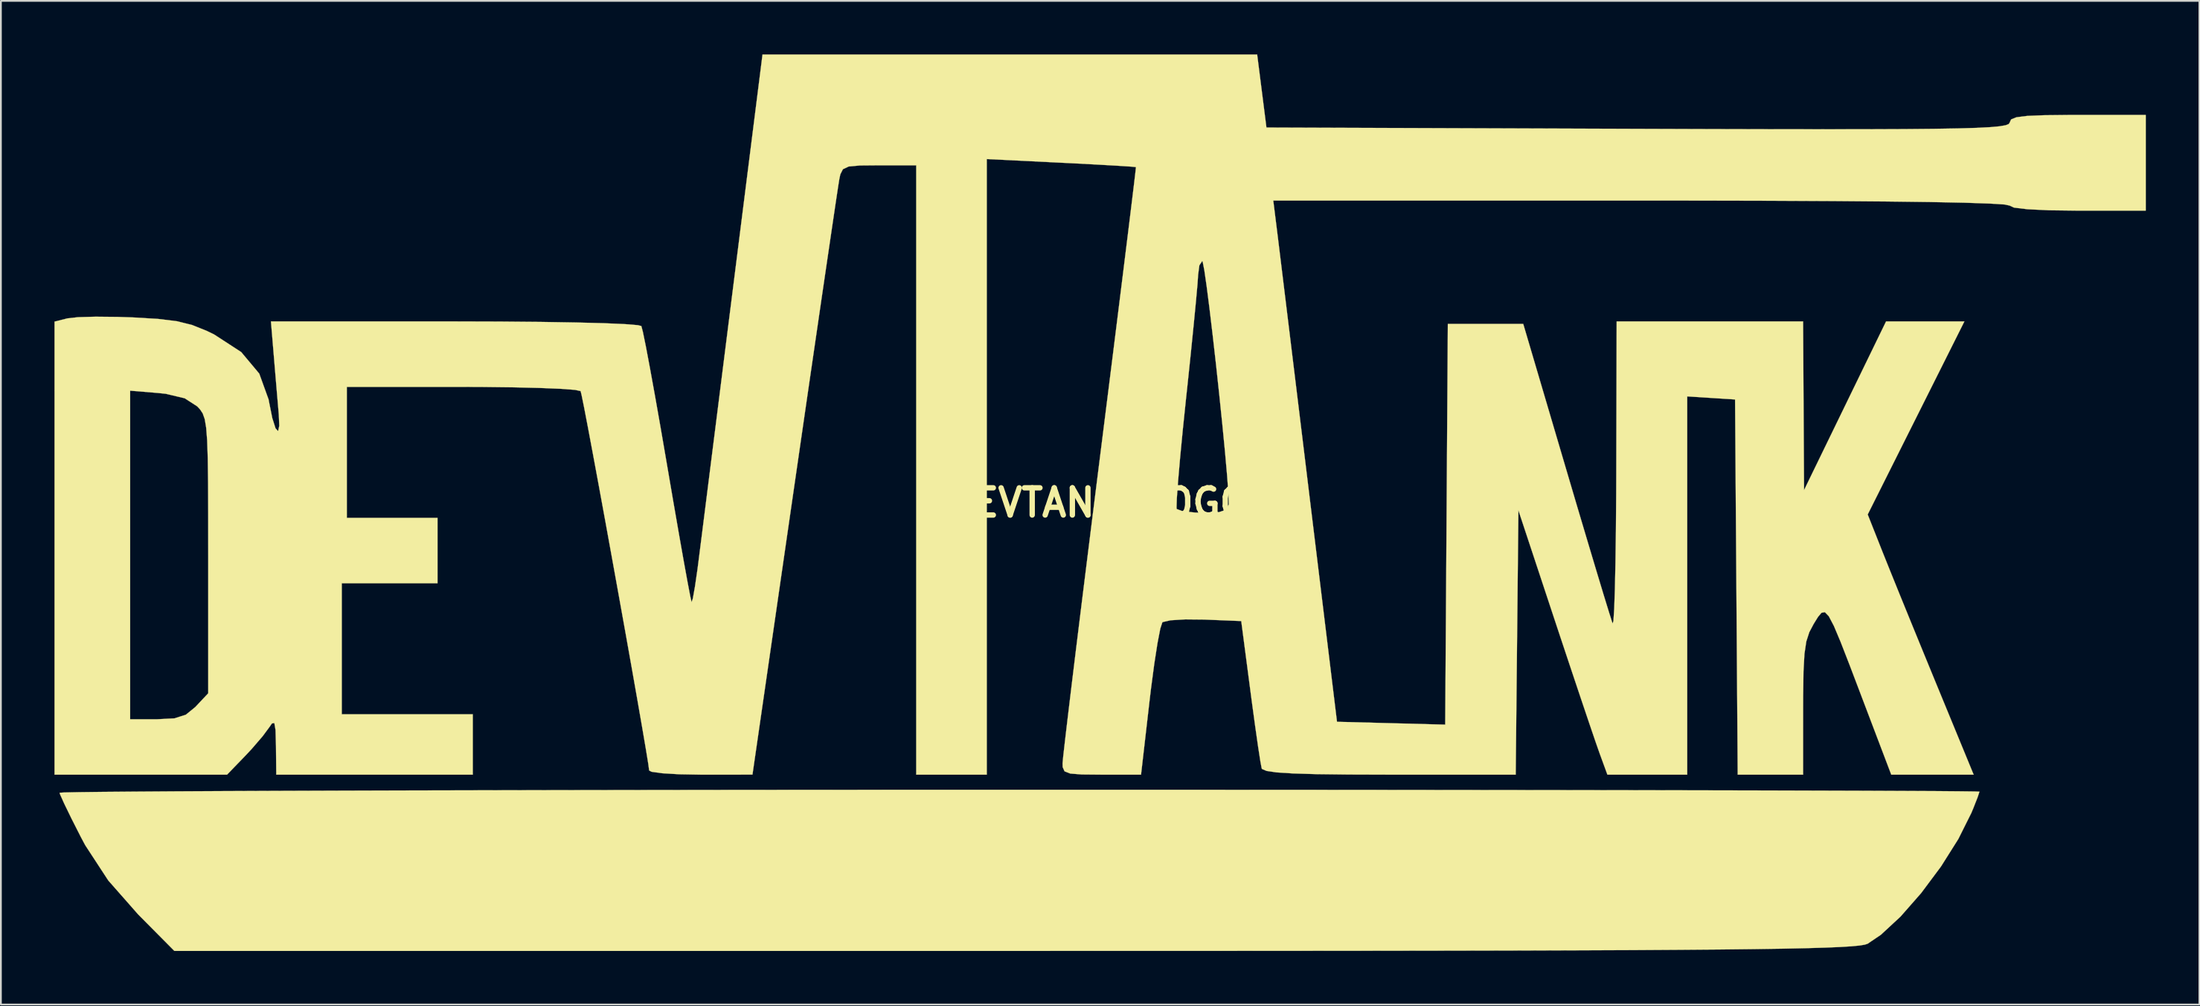
<source format=kicad_pcb>
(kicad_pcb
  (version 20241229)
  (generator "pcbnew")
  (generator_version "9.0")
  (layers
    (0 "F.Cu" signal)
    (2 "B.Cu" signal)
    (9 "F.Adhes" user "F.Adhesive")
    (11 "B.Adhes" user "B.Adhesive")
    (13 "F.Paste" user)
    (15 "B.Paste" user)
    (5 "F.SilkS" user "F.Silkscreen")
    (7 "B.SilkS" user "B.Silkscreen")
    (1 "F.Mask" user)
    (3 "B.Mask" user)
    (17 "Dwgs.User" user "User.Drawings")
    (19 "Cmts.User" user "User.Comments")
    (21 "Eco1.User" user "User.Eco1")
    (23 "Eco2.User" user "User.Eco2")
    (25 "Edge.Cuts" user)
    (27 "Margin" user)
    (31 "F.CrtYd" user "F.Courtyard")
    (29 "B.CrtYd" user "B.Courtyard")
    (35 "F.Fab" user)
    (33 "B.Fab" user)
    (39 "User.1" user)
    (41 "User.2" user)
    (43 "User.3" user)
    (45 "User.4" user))
  (footprint "DEVTANK_LOGO"
    (layer "F.Cu")
    (at 58.425 25.123)
    (property "Reference" "DEVTANK_LOGO" (at 0 0 0) (layer "F.SilkS") (effects (font (size 1.524 1.524) (thickness 0.3))))
    (attr through_hole)
    (fp_poly (pts (xy 1.09 16.087) (xy 6.402 16.089) (xy 11.533 16.091) (xy 16.457 16.095) (xy 21.146 16.1) (xy 25.572 16.105) (xy 29.709 16.111) (xy 33.529 16.118) (xy 37.004 16.125) (xy 40.108 16.134) (xy 42.812 16.142) (xy 45.09 16.152) (xy 46.914 16.161) (xy 48.257 16.172) (xy 49.091 16.182) (xy 49.389 16.193) (xy 49.389 16.193) (xy 49.29 16.496) (xy 49.044 17.123) (xy 48.938 17.378) (xy 48.206 18.845) (xy 47.235 20.386) (xy 46.123 21.877) (xy 44.968 23.194) (xy 43.868 24.213) (xy 43.123 24.717) (xy 42.961 24.769) (xy 42.665 24.817) (xy 42.212 24.86) (xy 41.576 24.899) (xy 40.735 24.934) (xy 39.663 24.965) (xy 38.336 24.993) (xy 36.73 25.017) (xy 34.821 25.038) (xy 32.584 25.056) (xy 29.996 25.072) (xy 27.031 25.084) (xy 23.666 25.095) (xy 19.875 25.103) (xy 15.636 25.109) (xy 10.924 25.113) (xy 5.714 25.116) (xy -0.019 25.117) (xy -4.675 25.118) (xy -51.71 25.118) (xy -53.738 23.072) (xy -55.41 21.172) (xy -56.704 19.19) (xy -56.952 18.725) (xy -57.473 17.697) (xy -57.877 16.866) (xy -58.107 16.354) (xy -58.138 16.255) (xy -57.86 16.238) (xy -57.045 16.221) (xy -55.721 16.205) (xy -53.914 16.19) (xy -51.653 16.175) (xy -48.963 16.161) (xy -45.874 16.148) (xy -42.412 16.136) (xy -38.604 16.125) (xy -34.478 16.116) (xy -30.062 16.107) (xy -25.382 16.1) (xy -20.466 16.094) (xy -15.342 16.09) (xy -10.037 16.088) (xy -4.577 16.087) (xy -4.374 16.087) (xy 1.09 16.087)) (stroke (width 0.01) (type solid)) (fill yes) (layer "F.SilkS"))
    (fp_poly (pts (xy 9.454 -21.026) (xy 30.268 -20.953) (xy 34.227 -20.94) (xy 37.658 -20.932) (xy 40.599 -20.929) (xy 43.085 -20.931) (xy 45.153 -20.939) (xy 46.841 -20.954) (xy 48.185 -20.977) (xy 49.222 -21.007) (xy 49.988 -21.047) (xy 50.52 -21.096) (xy 50.856 -21.154) (xy 51.031 -21.224) (xy 51.082 -21.304) (xy 51.082 -21.306) (xy 51.161 -21.48) (xy 51.454 -21.6) (xy 52.043 -21.676) (xy 53.009 -21.716) (xy 54.436 -21.731) (xy 54.892 -21.731) (xy 58.702 -21.731) (xy 58.702 -16.369) (xy 54.892 -16.369) (xy 53.283 -16.389) (xy 52.075 -16.447) (xy 51.323 -16.538) (xy 51.082 -16.651) (xy 50.801 -16.712) (xy 49.96 -16.765) (xy 48.566 -16.812) (xy 46.623 -16.851) (xy 44.136 -16.882) (xy 41.11 -16.906) (xy 37.552 -16.923) (xy 33.466 -16.932) (xy 30.46 -16.933) (xy 9.837 -16.933) (xy 10.022 -15.452) (xy 10.094 -14.871) (xy 10.226 -13.793) (xy 10.411 -12.281) (xy 10.641 -10.4) (xy 10.908 -8.211) (xy 11.205 -5.779) (xy 11.524 -3.167) (xy 11.806 -0.847) (xy 13.406 12.277) (xy 19.467 12.437) (xy 19.541 1.209) (xy 19.614 -10.019) (xy 23.837 -10.019) (xy 26.252 -1.834) (xy 26.863 0.233) (xy 27.43 2.137) (xy 27.93 3.807) (xy 28.342 5.171) (xy 28.646 6.16) (xy 28.819 6.702) (xy 28.845 6.773) (xy 28.89 6.61) (xy 28.932 5.945) (xy 28.97 4.844) (xy 29.002 3.369) (xy 29.027 1.586) (xy 29.043 -0.444) (xy 29.047 -1.482) (xy 29.069 -10.16) (xy 39.511 -10.16) (xy 39.564 -0.706) (xy 41.861 -5.433) (xy 44.158 -10.16) (xy 48.545 -10.16) (xy 45.837 -4.75) (xy 43.129 0.66) (xy 43.976 2.8) (xy 44.36 3.757) (xy 44.906 5.107) (xy 45.563 6.721) (xy 46.279 8.471) (xy 46.943 10.089) (xy 49.063 15.24) (xy 44.449 15.24) (xy 42.813 10.93) (xy 42.13 9.132) (xy 41.615 7.807) (xy 41.234 6.902) (xy 40.951 6.363) (xy 40.732 6.135) (xy 40.541 6.167) (xy 40.343 6.405) (xy 40.103 6.794) (xy 40.101 6.797) (xy 39.857 7.259) (xy 39.69 7.779) (xy 39.587 8.47) (xy 39.533 9.45) (xy 39.514 10.834) (xy 39.512 11.501) (xy 39.511 15.24) (xy 35.849 15.24) (xy 35.775 4.727) (xy 35.701 -5.786) (xy 34.361 -5.872) (xy 33.02 -5.958) (xy 33.02 15.24) (xy 28.551 15.24) (xy 28.113 14.041) (xy 27.898 13.427) (xy 27.538 12.371) (xy 27.066 10.97) (xy 26.513 9.318) (xy 25.911 7.51) (xy 25.62 6.632) (xy 23.566 0.423) (xy 23.49 7.832) (xy 23.415 15.24) (xy 16.355 15.24) (xy 14.052 15.233) (xy 12.261 15.212) (xy 10.933 15.172) (xy 10.016 15.113) (xy 9.458 15.03) (xy 9.21 14.923) (xy 9.188 14.887) (xy 9.114 14.491) (xy 8.984 13.647) (xy 8.816 12.468) (xy 8.625 11.064) (xy 8.562 10.583) (xy 8.043 6.632) (xy 5.954 6.548) (xy 4.908 6.538) (xy 4.085 6.589) (xy 3.645 6.689) (xy 3.625 6.705) (xy 3.509 7.057) (xy 3.353 7.866) (xy 3.173 9.025) (xy 2.987 10.429) (xy 2.908 11.092) (xy 2.431 15.24) (xy 0.228 15.24) (xy -0.877 15.23) (xy -1.532 15.179) (xy -1.854 15.052) (xy -1.958 14.816) (xy -1.964 14.605) (xy -1.927 14.215) (xy -1.825 13.317) (xy -1.665 11.962) (xy -1.453 10.202) (xy -1.195 8.088) (xy -0.897 5.672) (xy -0.565 3.006) (xy -0.225 0.287) (xy 4.419 0.287) (xy 4.429 0.353) (xy 4.757 0.475) (xy 5.459 0.552) (xy 5.943 0.564) (xy 6.798 0.528) (xy 7.222 0.386) (xy 7.346 0.094) (xy 7.347 0.071) (xy 7.324 -0.539) (xy 7.249 -1.552) (xy 7.132 -2.875) (xy 6.982 -4.415) (xy 6.81 -6.081) (xy 6.627 -7.778) (xy 6.441 -9.415) (xy 6.264 -10.899) (xy 6.105 -12.136) (xy 5.975 -13.035) (xy 5.883 -13.502) (xy 5.86 -13.547) (xy 5.698 -13.303) (xy 5.628 -12.771) (xy 5.594 -12.265) (xy 5.507 -11.294) (xy 5.377 -9.952) (xy 5.214 -8.335) (xy 5.026 -6.537) (xy 4.96 -5.927) (xy 4.774 -4.134) (xy 4.62 -2.532) (xy 4.505 -1.204) (xy 4.435 -0.236) (xy 4.419 0.287) (xy -0.225 0.287) (xy -0.207 0.141) (xy 0.112 -2.399) (xy 0.486 -5.37) (xy 0.838 -8.169) (xy 1.16 -10.747) (xy 1.447 -13.053) (xy 1.693 -15.04) (xy 1.892 -16.658) (xy 2.038 -17.858) (xy 2.124 -18.59) (xy 2.146 -18.809) (xy 1.87 -18.836) (xy 1.129 -18.884) (xy 0.022 -18.947) (xy -1.35 -19.02) (xy -2.046 -19.054) (xy -6.209 -19.259) (xy -6.209 15.24) (xy -10.16 15.24) (xy -10.16 -18.909) (xy -12.241 -18.909) (xy -13.309 -18.9) (xy -13.941 -18.842) (xy -14.265 -18.691) (xy -14.411 -18.402) (xy -14.468 -18.133) (xy -14.534 -17.717) (xy -14.673 -16.795) (xy -14.877 -15.418) (xy -15.139 -13.639) (xy -15.452 -11.51) (xy -15.806 -9.083) (xy -16.196 -6.41) (xy -16.612 -3.542) (xy -16.972 -1.059) (xy -19.332 15.239) (xy -22.225 15.24) (xy -23.426 15.219) (xy -24.383 15.162) (xy -24.979 15.079) (xy -25.118 15.008) (xy -25.166 14.641) (xy -25.303 13.801) (xy -25.514 12.562) (xy -25.786 10.999) (xy -26.105 9.187) (xy -26.459 7.2) (xy -26.834 5.113) (xy -27.216 3) (xy -27.591 0.935) (xy -27.947 -1.006) (xy -28.27 -2.749) (xy -28.546 -4.22) (xy -28.762 -5.345) (xy -28.905 -6.047) (xy -28.957 -6.257) (xy -29.269 -6.324) (xy -30.064 -6.383) (xy -31.261 -6.432) (xy -32.778 -6.468) (xy -34.535 -6.488) (xy -35.577 -6.491) (xy -42.051 -6.491) (xy -42.051 0.847) (xy -36.971 0.847) (xy -36.971 4.516) (xy -42.333 4.516) (xy -42.333 11.853) (xy -34.996 11.853) (xy -34.996 15.24) (xy -46.002 15.24) (xy -46.019 13.617) (xy -46.043 12.738) (xy -46.11 12.347) (xy -46.244 12.369) (xy -46.372 12.555) (xy -46.763 13.084) (xy -47.378 13.799) (xy -47.733 14.178) (xy -48.758 15.24) (xy -58.42 15.24) (xy -58.42 12.136) (xy -54.187 12.136) (xy -52.684 12.136) (xy -51.708 12.085) (xy -51.067 11.882) (xy -50.54 11.453) (xy -50.496 11.407) (xy -49.812 10.679) (xy -49.812 2.948) (xy -49.814 0.658) (xy -49.821 -1.134) (xy -49.839 -2.498) (xy -49.873 -3.498) (xy -49.928 -4.204) (xy -50.008 -4.683) (xy -50.12 -5.001) (xy -50.268 -5.226) (xy -50.43 -5.4) (xy -51.131 -5.853) (xy -52.188 -6.104) (xy -52.618 -6.149) (xy -54.187 -6.279) (xy -54.187 12.136) (xy -58.42 12.136) (xy -58.42 -10.149) (xy -57.693 -10.332) (xy -57.107 -10.397) (xy -56.118 -10.425) (xy -54.885 -10.413) (xy -54.049 -10.385) (xy -52.612 -10.3) (xy -51.559 -10.17) (xy -50.712 -9.959) (xy -49.891 -9.628) (xy -49.485 -9.431) (xy -47.965 -8.442) (xy -46.955 -7.235) (xy -46.431 -5.783) (xy -46.414 -5.683) (xy -46.225 -4.741) (xy -46.042 -4.167) (xy -45.9 -4.008) (xy -45.834 -4.311) (xy -45.86 -4.939) (xy -45.952 -6.008) (xy -46.062 -7.309) (xy -46.141 -8.255) (xy -46.3 -10.16) (xy -36.008 -10.16) (xy -33.476 -10.153) (xy -31.202 -10.133) (xy -29.239 -10.101) (xy -27.641 -10.06) (xy -26.459 -10.008) (xy -25.748 -9.95) (xy -25.555 -9.9) (xy -25.467 -9.563) (xy -25.3 -8.745) (xy -25.069 -7.518) (xy -24.786 -5.96) (xy -24.466 -4.144) (xy -24.122 -2.145) (xy -24.11 -2.075) (xy -23.769 -0.082) (xy -23.456 1.72) (xy -23.184 3.259) (xy -22.965 4.463) (xy -22.813 5.259) (xy -22.741 5.574) (xy -22.74 5.576) (xy -22.669 5.358) (xy -22.553 4.703) (xy -22.412 3.735) (xy -22.359 3.324) (xy -22.262 2.56) (xy -22.103 1.304) (xy -21.891 -0.374) (xy -21.635 -2.406) (xy -21.342 -4.722) (xy -21.023 -7.255) (xy -20.685 -9.935) (xy -20.416 -12.065) (xy -18.769 -25.118) (xy 8.935 -25.118) (xy 9.454 -21.026)) (stroke (width 0.01) (type solid)) (fill yes) (layer "F.SilkS")))
  (gr_rect
    (start -3 -3)
    (end 120.132 53.246)
    (stroke (width 0.1) (type default))
    (fill no)
    (layer "Edge.Cuts")))
</source>
